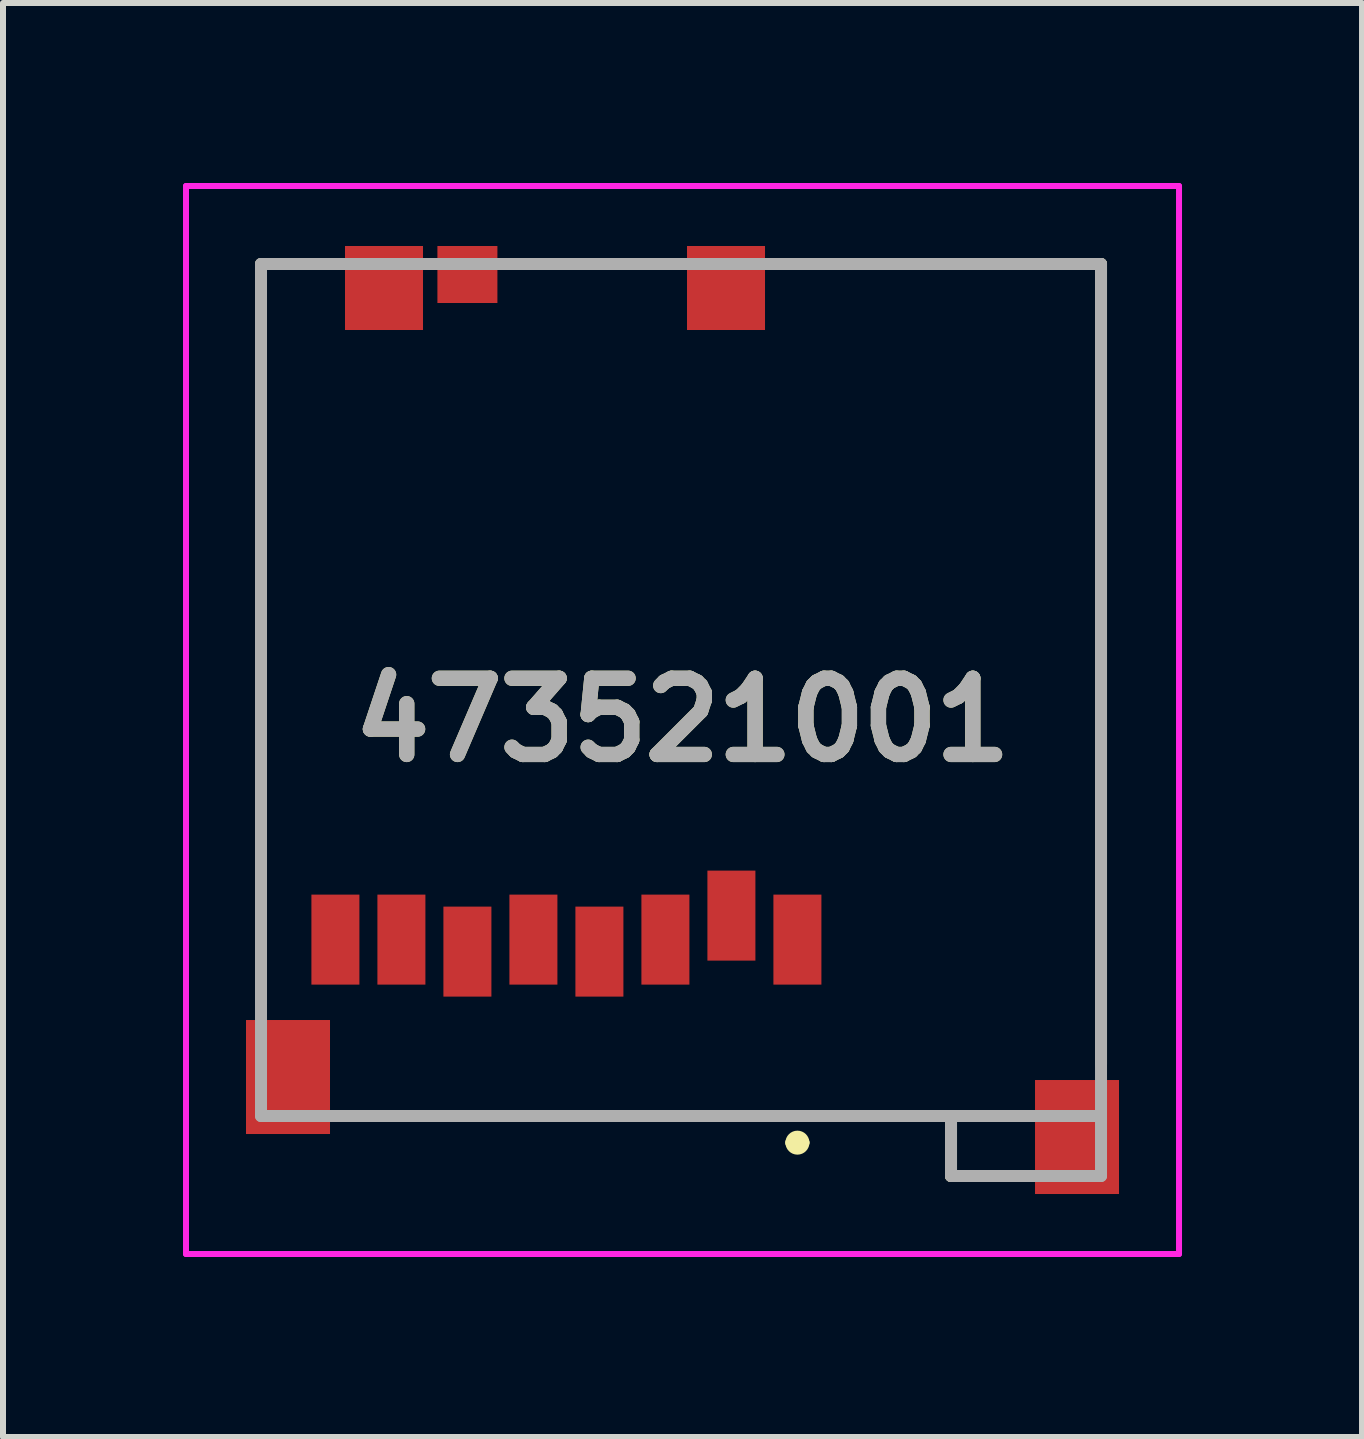
<source format=kicad_pcb>
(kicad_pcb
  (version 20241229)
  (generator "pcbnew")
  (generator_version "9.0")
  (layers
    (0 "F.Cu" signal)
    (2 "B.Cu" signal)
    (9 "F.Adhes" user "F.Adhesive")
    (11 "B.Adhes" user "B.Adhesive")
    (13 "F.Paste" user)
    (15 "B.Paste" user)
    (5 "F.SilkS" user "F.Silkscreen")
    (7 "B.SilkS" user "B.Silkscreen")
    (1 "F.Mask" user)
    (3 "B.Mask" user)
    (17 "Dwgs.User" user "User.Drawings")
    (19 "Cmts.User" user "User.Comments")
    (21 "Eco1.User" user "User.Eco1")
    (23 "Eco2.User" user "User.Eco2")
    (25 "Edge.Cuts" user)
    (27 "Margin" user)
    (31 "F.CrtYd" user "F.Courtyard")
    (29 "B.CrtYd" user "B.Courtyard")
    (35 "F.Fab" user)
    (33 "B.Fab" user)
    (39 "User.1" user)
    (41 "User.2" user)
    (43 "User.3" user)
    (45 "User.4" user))
  (footprint "473521001"
    (layer "F.Cu")
    (at 8.325 8.95)
    (property "Reference" "473521001" (at 0 0 0) (layer "F.SilkS") (effects (font (size 1.27 1.27) (thickness 0.254))))
    (attr smd)
    (fp_line (start -7.025 -7.6) (end -7.025 4.728) (stroke (width 0.2) (type solid)) (layer "F.SilkS"))
    (fp_line (start 1.815 7.044) (end 1.815 7.044) (stroke (width 0.2) (type solid)) (layer "F.SilkS"))
    (fp_line (start 2.015 7.044) (end 2.015 7.044) (stroke (width 0.2) (type solid)) (layer "F.SilkS"))
    (fp_line (start 4.475 6.6) (end -5.551 6.6) (stroke (width 0.2) (type solid)) (layer "F.SilkS"))
    (fp_line (start 4.475 6.6) (end 4.475 7.6) (stroke (width 0.2) (type solid)) (layer "F.SilkS"))
    (fp_line (start 4.475 7.6) (end 5.725 7.6) (stroke (width 0.2) (type solid)) (layer "F.SilkS"))
    (fp_line (start 6.975 -7.6) (end 1.702 -7.6) (stroke (width 0.2) (type solid)) (layer "F.SilkS"))
    (fp_line (start 6.975 -7.6) (end 6.975 5.742) (stroke (width 0.2) (type solid)) (layer "F.SilkS"))
    (fp_arc (start 1.815 7.044) (mid 1.915 6.944) (end 2.015 7.044) (stroke (width 0.2) (type solid)) (layer "F.SilkS"))
    (fp_arc (start 2.015 7.044) (mid 1.915 7.144) (end 1.815 7.044) (stroke (width 0.2) (type solid)) (layer "F.SilkS"))
    (fp_line (start -8.275 -8.9) (end 8.275 -8.9) (stroke (width 0.1) (type solid)) (layer "F.CrtYd"))
    (fp_line (start -8.275 8.9) (end -8.275 -8.9) (stroke (width 0.1) (type solid)) (layer "F.CrtYd"))
    (fp_line (start 8.275 -8.9) (end 8.275 8.9) (stroke (width 0.1) (type solid)) (layer "F.CrtYd"))
    (fp_line (start 8.275 8.9) (end -8.275 8.9) (stroke (width 0.1) (type solid)) (layer "F.CrtYd"))
    (fp_line (start -7.025 -7.6) (end 6.975 -7.6) (stroke (width 0.2) (type solid)) (layer "F.Fab"))
    (fp_line (start -7.025 6.6) (end -7.025 -7.6) (stroke (width 0.2) (type solid)) (layer "F.Fab"))
    (fp_line (start 4.475 7.6) (end 4.475 6.6) (stroke (width 0.2) (type solid)) (layer "F.Fab"))
    (fp_line (start 6.975 -7.6) (end 6.975 6.6) (stroke (width 0.2) (type solid)) (layer "F.Fab"))
    (fp_line (start 6.975 6.6) (end -7.025 6.6) (stroke (width 0.2) (type solid)) (layer "F.Fab"))
    (fp_line (start 6.975 6.6) (end 6.975 7.6) (stroke (width 0.2) (type solid)) (layer "F.Fab"))
    (fp_line (start 6.975 7.6) (end 4.475 7.6) (stroke (width 0.2) (type solid)) (layer "F.Fab"))
    (fp_text user "${REFERENCE}" (at 0 0 0) (layer "F.Fab") (effects (font (size 1.27 1.27) (thickness 0.254))))
    (pad "1" smd rect (at 1.915 3.66) (size 0.8 1.5) (layers "F.Cu" "F.Mask" "F.Paste"))
    (pad "2" smd rect (at 0.815 3.26) (size 0.8 1.5) (layers "F.Cu" "F.Mask" "F.Paste"))
    (pad "3" smd rect (at -0.285 3.66) (size 0.8 1.5) (layers "F.Cu" "F.Mask" "F.Paste"))
    (pad "4" smd rect (at -1.385 3.86) (size 0.8 1.5) (layers "F.Cu" "F.Mask" "F.Paste"))
    (pad "5" smd rect (at -2.485 3.66) (size 0.8 1.5) (layers "F.Cu" "F.Mask" "F.Paste"))
    (pad "6" smd rect (at -3.585 3.86) (size 0.8 1.5) (layers "F.Cu" "F.Mask" "F.Paste"))
    (pad "7" smd rect (at -4.685 3.66) (size 0.8 1.5) (layers "F.Cu" "F.Mask" "F.Paste"))
    (pad "8" smd rect (at -5.785 3.66) (size 0.8 1.5) (layers "F.Cu" "F.Mask" "F.Paste"))
    (pad "9" smd rect (at -4.975 -7.2) (size 1.3 1.4) (layers "F.Cu" "F.Mask" "F.Paste"))
    (pad "10" smd rect (at -3.585 -7.425 90) (size 0.95 1) (layers "F.Cu" "F.Mask" "F.Paste"))
    (pad "11" smd rect (at 0.725 -7.2) (size 1.3 1.4) (layers "F.Cu" "F.Mask" "F.Paste"))
    (pad "12" smd rect (at -6.575 5.95) (size 1.4 1.9) (layers "F.Cu" "F.Mask" "F.Paste"))
    (pad "13" smd rect (at 6.575 6.95) (size 1.4 1.9) (layers "F.Cu" "F.Mask" "F.Paste")))
  (gr_rect
    (start -3 -3)
    (end 19.65 20.9)
    (stroke (width 0.1) (type default))
    (fill no)
    (layer "Edge.Cuts")))
</source>
